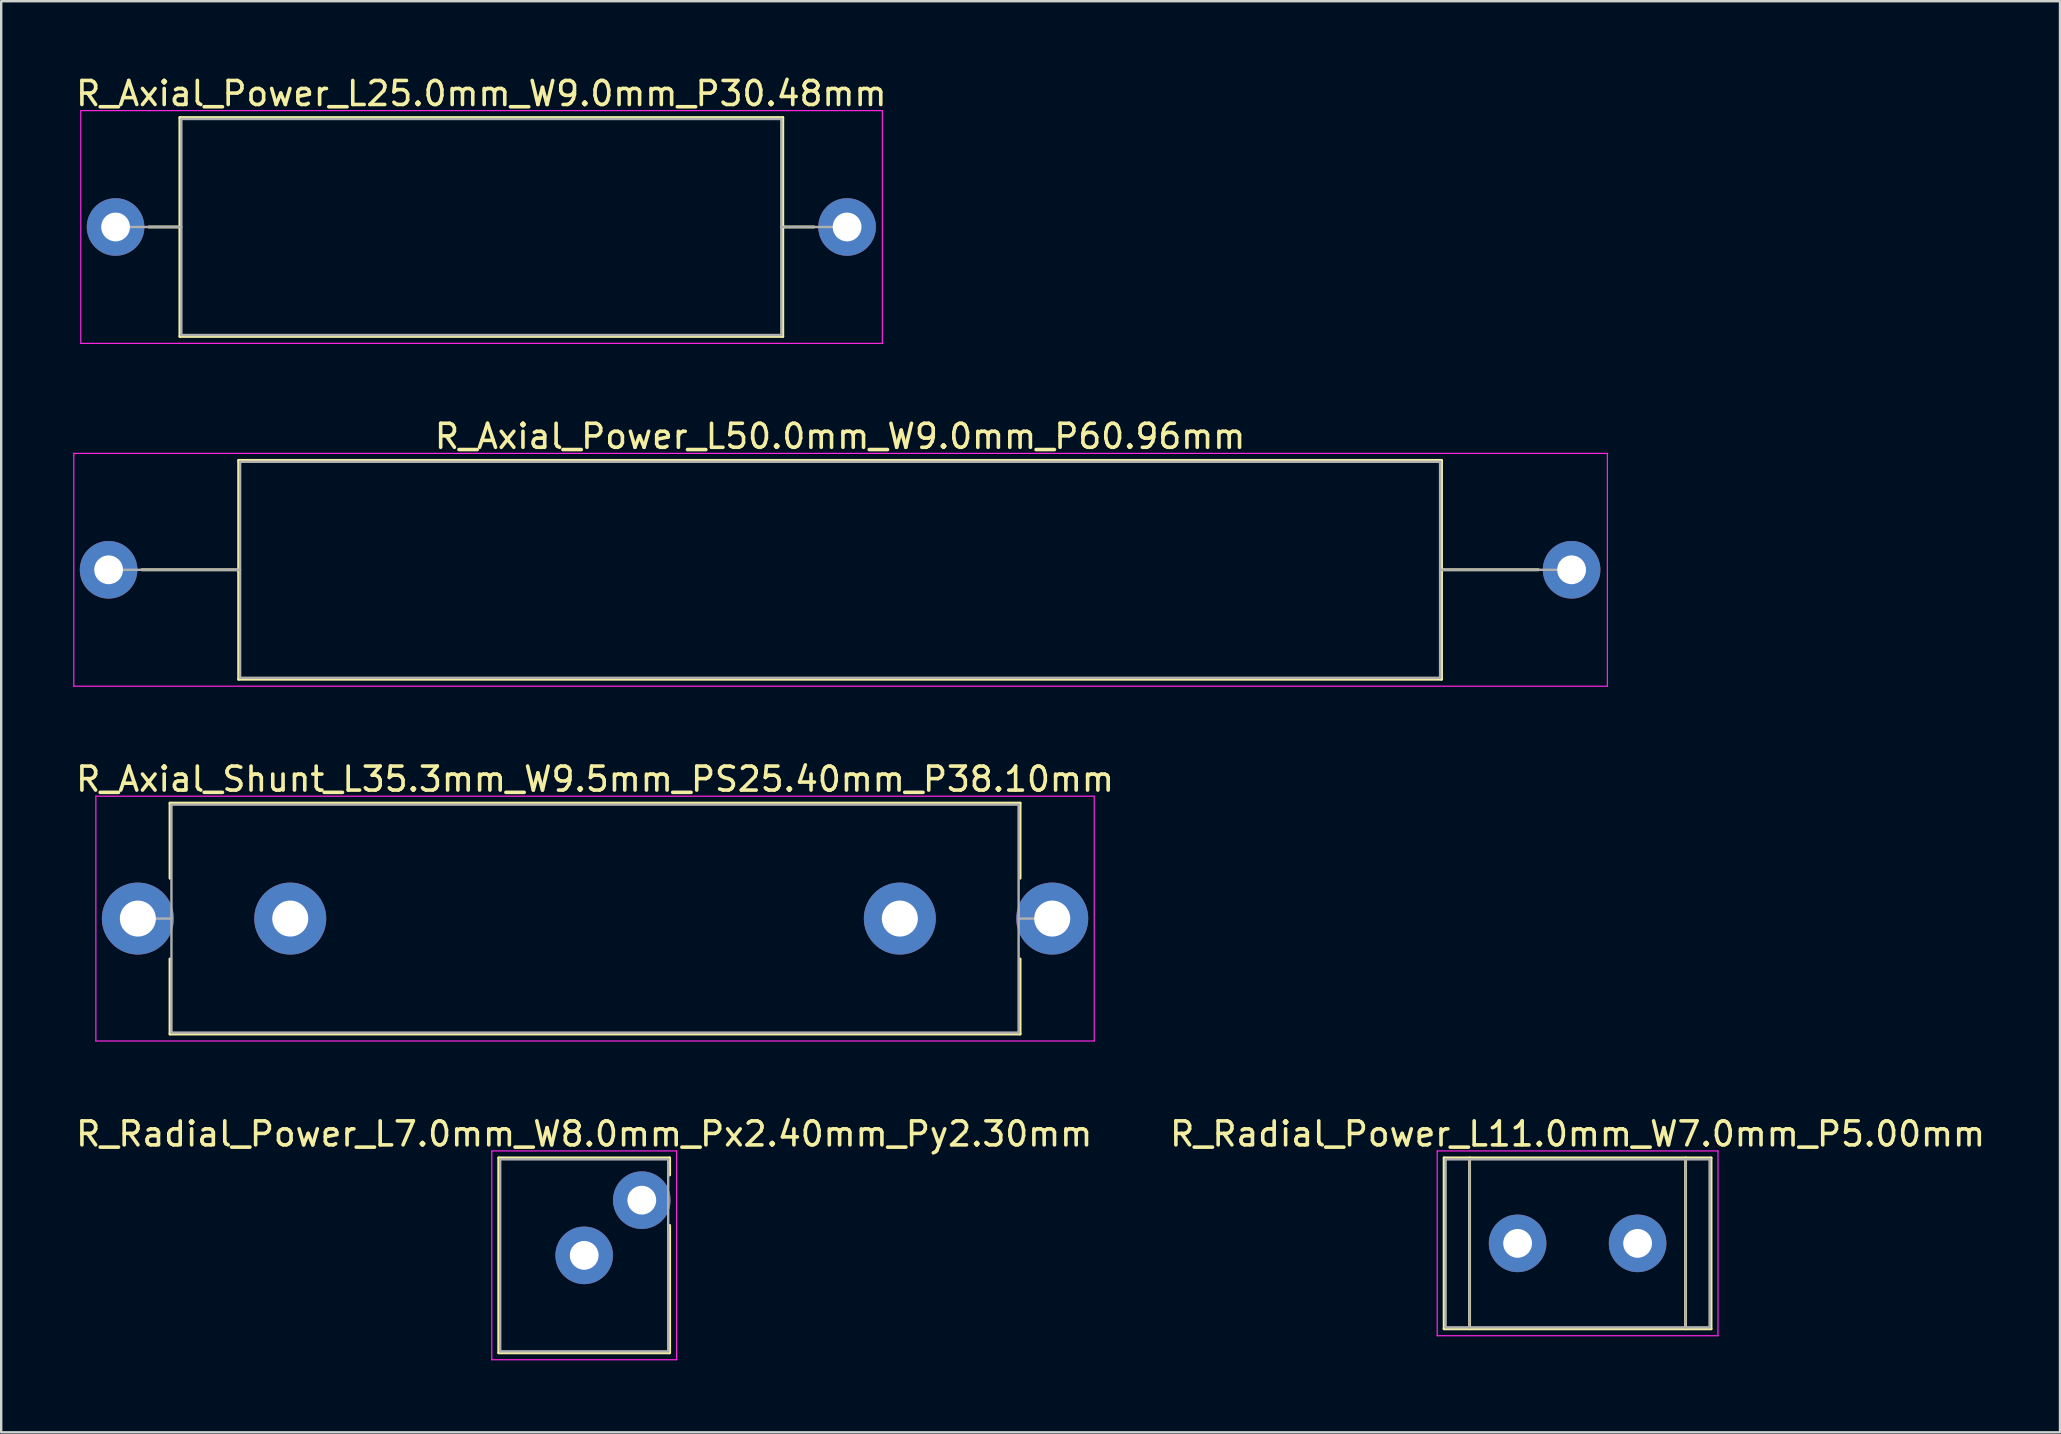
<source format=kicad_pcb>
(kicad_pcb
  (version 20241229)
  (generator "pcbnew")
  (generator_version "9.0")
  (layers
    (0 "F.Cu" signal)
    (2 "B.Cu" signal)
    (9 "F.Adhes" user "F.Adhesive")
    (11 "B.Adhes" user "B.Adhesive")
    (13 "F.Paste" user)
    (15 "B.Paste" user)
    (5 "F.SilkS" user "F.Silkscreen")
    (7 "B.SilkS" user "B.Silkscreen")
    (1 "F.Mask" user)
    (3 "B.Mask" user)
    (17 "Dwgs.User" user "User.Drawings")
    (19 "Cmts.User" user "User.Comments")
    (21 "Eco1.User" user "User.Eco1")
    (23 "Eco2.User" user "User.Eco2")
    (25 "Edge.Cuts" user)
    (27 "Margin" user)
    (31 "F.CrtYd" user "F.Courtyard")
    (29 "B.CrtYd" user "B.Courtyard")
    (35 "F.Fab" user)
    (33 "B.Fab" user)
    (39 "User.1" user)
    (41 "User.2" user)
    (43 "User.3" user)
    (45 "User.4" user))
  (footprint "R_Radial_Power_L7.0mm_W8.0mm_Px2.40mm_Py2.30mm"
    (layer "F.Cu")
    (at 21.292 49.258)
    (property "Reference" "R_Radial_Power_L7.0mm_W8.0mm_Px2.40mm_Py2.30mm" (at 0 -5.06 0) (layer "F.SilkS") (effects (font (size 1 1) (thickness 0.15))))
    (attr through_hole)
    (fp_line (start -3.56 -4.06) (end -3.56 4.06) (stroke (width 0.12) (type solid)) (layer "F.SilkS"))
    (fp_line (start -3.56 -4.06) (end 3.56 -4.06) (stroke (width 0.12) (type solid)) (layer "F.SilkS"))
    (fp_line (start -3.56 4.06) (end 3.56 4.06) (stroke (width 0.12) (type solid)) (layer "F.SilkS"))
    (fp_line (start 3.56 -4.06) (end 3.56 -3.35) (stroke (width 0.12) (type solid)) (layer "F.SilkS"))
    (fp_line (start 3.56 -1.25) (end 3.56 4.06) (stroke (width 0.12) (type solid)) (layer "F.SilkS"))
    (fp_line (start -3.85 -4.35) (end -3.85 4.35) (stroke (width 0.05) (type solid)) (layer "F.CrtYd"))
    (fp_line (start -3.85 4.35) (end 3.85 4.35) (stroke (width 0.05) (type solid)) (layer "F.CrtYd"))
    (fp_line (start 3.85 -4.35) (end -3.85 -4.35) (stroke (width 0.05) (type solid)) (layer "F.CrtYd"))
    (fp_line (start 3.85 4.35) (end 3.85 -4.35) (stroke (width 0.05) (type solid)) (layer "F.CrtYd"))
    (fp_line (start -3.5 -4) (end -3.5 4) (stroke (width 0.1) (type solid)) (layer "F.Fab"))
    (fp_line (start -3.5 4) (end 3.5 4) (stroke (width 0.1) (type solid)) (layer "F.Fab"))
    (fp_line (start 3.5 -4) (end -3.5 -4) (stroke (width 0.1) (type solid)) (layer "F.Fab"))
    (fp_line (start 3.5 4) (end 3.5 -4) (stroke (width 0.1) (type solid)) (layer "F.Fab"))
    (pad "1" thru_hole circle (at 0 0) (size 2.4 2.4) (drill 1.2) (layers "*.Cu" "*.Mask"))
    (pad "2" thru_hole circle (at 2.4 -2.3) (size 2.4 2.4) (drill 1.2) (layers "*.Cu" "*.Mask")))
  (footprint "R_Radial_Power_L11.0mm_W7.0mm_P5.00mm"
    (layer "F.Cu")
    (at 60.185 48.758)
    (property "Reference" "R_Radial_Power_L11.0mm_W7.0mm_P5.00mm" (at 2.5 -4.56 0) (layer "F.SilkS") (effects (font (size 1 1) (thickness 0.15))))
    (attr through_hole)
    (fp_line (start -3.06 -3.56) (end -3.06 3.56) (stroke (width 0.12) (type solid)) (layer "F.SilkS"))
    (fp_line (start -3.06 -3.56) (end 8.06 -3.56) (stroke (width 0.12) (type solid)) (layer "F.SilkS"))
    (fp_line (start -3.06 3.56) (end 8.06 3.56) (stroke (width 0.12) (type solid)) (layer "F.SilkS"))
    (fp_line (start -2 -3.56) (end -2 3.56) (stroke (width 0.12) (type solid)) (layer "F.SilkS"))
    (fp_line (start 7 -3.56) (end 7 3.56) (stroke (width 0.12) (type solid)) (layer "F.SilkS"))
    (fp_line (start 8.06 -3.56) (end 8.06 3.56) (stroke (width 0.12) (type solid)) (layer "F.SilkS"))
    (fp_line (start -3.35 -3.85) (end -3.35 3.85) (stroke (width 0.05) (type solid)) (layer "F.CrtYd"))
    (fp_line (start -3.35 3.85) (end 8.35 3.85) (stroke (width 0.05) (type solid)) (layer "F.CrtYd"))
    (fp_line (start 8.35 -3.85) (end -3.35 -3.85) (stroke (width 0.05) (type solid)) (layer "F.CrtYd"))
    (fp_line (start 8.35 3.85) (end 8.35 -3.85) (stroke (width 0.05) (type solid)) (layer "F.CrtYd"))
    (fp_line (start -3 -3.5) (end -3 3.5) (stroke (width 0.1) (type solid)) (layer "F.Fab"))
    (fp_line (start -3 3.5) (end 8 3.5) (stroke (width 0.1) (type solid)) (layer "F.Fab"))
    (fp_line (start -2 -3.5) (end -2 3.5) (stroke (width 0.1) (type solid)) (layer "F.Fab"))
    (fp_line (start 7 -3.5) (end 7 3.5) (stroke (width 0.1) (type solid)) (layer "F.Fab"))
    (fp_line (start 8 -3.5) (end -3 -3.5) (stroke (width 0.1) (type solid)) (layer "F.Fab"))
    (fp_line (start 8 3.5) (end 8 -3.5) (stroke (width 0.1) (type solid)) (layer "F.Fab"))
    (pad "1" thru_hole circle (at 0 0) (size 2.4 2.4) (drill 1.2) (layers "*.Cu" "*.Mask"))
    (pad "2" thru_hole circle (at 5 0) (size 2.4 2.4) (drill 1.2) (layers "*.Cu" "*.Mask")))
  (footprint "R_Axial_Power_L25.0mm_W9.0mm_P30.48mm"
    (layer "F.Cu")
    (at 1.766 6.408)
    (property "Reference" "R_Axial_Power_L25.0mm_W9.0mm_P30.48mm" (at 15.24 -5.56 0) (layer "F.SilkS") (effects (font (size 1 1) (thickness 0.15))))
    (attr through_hole)
    (fp_line (start 1.38 0) (end 2.68 0) (stroke (width 0.12) (type solid)) (layer "F.SilkS"))
    (fp_line (start 2.68 -4.56) (end 2.68 4.56) (stroke (width 0.12) (type solid)) (layer "F.SilkS"))
    (fp_line (start 2.68 4.56) (end 27.8 4.56) (stroke (width 0.12) (type solid)) (layer "F.SilkS"))
    (fp_line (start 27.8 -4.56) (end 2.68 -4.56) (stroke (width 0.12) (type solid)) (layer "F.SilkS"))
    (fp_line (start 27.8 4.56) (end 27.8 -4.56) (stroke (width 0.12) (type solid)) (layer "F.SilkS"))
    (fp_line (start 29.1 0) (end 27.8 0) (stroke (width 0.12) (type solid)) (layer "F.SilkS"))
    (fp_line (start -1.45 -4.85) (end -1.45 4.85) (stroke (width 0.05) (type solid)) (layer "F.CrtYd"))
    (fp_line (start -1.45 4.85) (end 31.95 4.85) (stroke (width 0.05) (type solid)) (layer "F.CrtYd"))
    (fp_line (start 31.95 -4.85) (end -1.45 -4.85) (stroke (width 0.05) (type solid)) (layer "F.CrtYd"))
    (fp_line (start 31.95 4.85) (end 31.95 -4.85) (stroke (width 0.05) (type solid)) (layer "F.CrtYd"))
    (fp_line (start 0 0) (end 2.74 0) (stroke (width 0.1) (type solid)) (layer "F.Fab"))
    (fp_line (start 2.74 -4.5) (end 2.74 4.5) (stroke (width 0.1) (type solid)) (layer "F.Fab"))
    (fp_line (start 2.74 4.5) (end 27.74 4.5) (stroke (width 0.1) (type solid)) (layer "F.Fab"))
    (fp_line (start 27.74 -4.5) (end 2.74 -4.5) (stroke (width 0.1) (type solid)) (layer "F.Fab"))
    (fp_line (start 27.74 4.5) (end 27.74 -4.5) (stroke (width 0.1) (type solid)) (layer "F.Fab"))
    (fp_line (start 30.48 0) (end 27.74 0) (stroke (width 0.1) (type solid)) (layer "F.Fab"))
    (pad "1" thru_hole circle (at 0 0) (size 2.4 2.4) (drill 1.2) (layers "*.Cu" "*.Mask"))
    (pad "2" thru_hole oval (at 30.48 0) (size 2.4 2.4) (drill 1.2) (layers "*.Cu" "*.Mask")))
  (footprint "R_Axial_Shunt_L35.3mm_W9.5mm_PS25.40mm_P38.10mm"
    (layer "F.Cu")
    (at 2.694 35.225)
    (property "Reference" "R_Axial_Shunt_L35.3mm_W9.5mm_PS25.40mm_P38.10mm" (at 19.05 -5.81 0) (layer "F.SilkS") (effects (font (size 1 1) (thickness 0.15))))
    (attr through_hole)
    (fp_line (start 1.34 -4.81) (end 36.76 -4.81) (stroke (width 0.12) (type solid)) (layer "F.SilkS"))
    (fp_line (start 1.34 -1.68) (end 1.34 -4.81) (stroke (width 0.12) (type solid)) (layer "F.SilkS"))
    (fp_line (start 1.34 1.68) (end 1.34 4.81) (stroke (width 0.12) (type solid)) (layer "F.SilkS"))
    (fp_line (start 1.34 4.81) (end 36.76 4.81) (stroke (width 0.12) (type solid)) (layer "F.SilkS"))
    (fp_line (start 36.76 -4.81) (end 36.76 -1.68) (stroke (width 0.12) (type solid)) (layer "F.SilkS"))
    (fp_line (start 36.76 4.81) (end 36.76 1.68) (stroke (width 0.12) (type solid)) (layer "F.SilkS"))
    (fp_line (start -1.75 -5.1) (end -1.75 5.1) (stroke (width 0.05) (type solid)) (layer "F.CrtYd"))
    (fp_line (start -1.75 5.1) (end 39.85 5.1) (stroke (width 0.05) (type solid)) (layer "F.CrtYd"))
    (fp_line (start 39.85 -5.1) (end -1.75 -5.1) (stroke (width 0.05) (type solid)) (layer "F.CrtYd"))
    (fp_line (start 39.85 5.1) (end 39.85 -5.1) (stroke (width 0.05) (type solid)) (layer "F.CrtYd"))
    (fp_line (start 0 0) (end 1.4 0) (stroke (width 0.1) (type solid)) (layer "F.Fab"))
    (fp_line (start 1.4 -4.75) (end 1.4 4.75) (stroke (width 0.1) (type solid)) (layer "F.Fab"))
    (fp_line (start 1.4 4.75) (end 36.7 4.75) (stroke (width 0.1) (type solid)) (layer "F.Fab"))
    (fp_line (start 36.7 -4.75) (end 1.4 -4.75) (stroke (width 0.1) (type solid)) (layer "F.Fab"))
    (fp_line (start 36.7 4.75) (end 36.7 -4.75) (stroke (width 0.1) (type solid)) (layer "F.Fab"))
    (fp_line (start 38.1 0) (end 36.7 0) (stroke (width 0.1) (type solid)) (layer "F.Fab"))
    (pad "1" thru_hole circle (at 0 0) (size 3 3) (drill 1.5) (layers "*.Cu" "*.Mask"))
    (pad "2" thru_hole oval (at 6.35 0) (size 3 3) (drill 1.5) (layers "*.Cu" "*.Mask"))
    (pad "3" thru_hole oval (at 31.75 0) (size 3 3) (drill 1.5) (layers "*.Cu" "*.Mask"))
    (pad "4" thru_hole oval (at 38.1 0) (size 3 3) (drill 1.5) (layers "*.Cu" "*.Mask")))
  (footprint "R_Axial_Power_L50.0mm_W9.0mm_P60.96mm"
    (layer "F.Cu")
    (at 1.475 20.692)
    (property "Reference" "R_Axial_Power_L50.0mm_W9.0mm_P60.96mm" (at 30.48 -5.56 0) (layer "F.SilkS") (effects (font (size 1 1) (thickness 0.15))))
    (attr through_hole)
    (fp_line (start 1.38 0) (end 5.42 0) (stroke (width 0.12) (type solid)) (layer "F.SilkS"))
    (fp_line (start 5.42 -4.56) (end 5.42 4.56) (stroke (width 0.12) (type solid)) (layer "F.SilkS"))
    (fp_line (start 5.42 4.56) (end 55.54 4.56) (stroke (width 0.12) (type solid)) (layer "F.SilkS"))
    (fp_line (start 55.54 -4.56) (end 5.42 -4.56) (stroke (width 0.12) (type solid)) (layer "F.SilkS"))
    (fp_line (start 55.54 4.56) (end 55.54 -4.56) (stroke (width 0.12) (type solid)) (layer "F.SilkS"))
    (fp_line (start 59.58 0) (end 55.54 0) (stroke (width 0.12) (type solid)) (layer "F.SilkS"))
    (fp_line (start -1.45 -4.85) (end -1.45 4.85) (stroke (width 0.05) (type solid)) (layer "F.CrtYd"))
    (fp_line (start -1.45 4.85) (end 62.45 4.85) (stroke (width 0.05) (type solid)) (layer "F.CrtYd"))
    (fp_line (start 62.45 -4.85) (end -1.45 -4.85) (stroke (width 0.05) (type solid)) (layer "F.CrtYd"))
    (fp_line (start 62.45 4.85) (end 62.45 -4.85) (stroke (width 0.05) (type solid)) (layer "F.CrtYd"))
    (fp_line (start 0 0) (end 5.48 0) (stroke (width 0.1) (type solid)) (layer "F.Fab"))
    (fp_line (start 5.48 -4.5) (end 5.48 4.5) (stroke (width 0.1) (type solid)) (layer "F.Fab"))
    (fp_line (start 5.48 4.5) (end 55.48 4.5) (stroke (width 0.1) (type solid)) (layer "F.Fab"))
    (fp_line (start 55.48 -4.5) (end 5.48 -4.5) (stroke (width 0.1) (type solid)) (layer "F.Fab"))
    (fp_line (start 55.48 4.5) (end 55.48 -4.5) (stroke (width 0.1) (type solid)) (layer "F.Fab"))
    (fp_line (start 60.96 0) (end 55.48 0) (stroke (width 0.1) (type solid)) (layer "F.Fab"))
    (pad "1" thru_hole circle (at 0 0) (size 2.4 2.4) (drill 1.2) (layers "*.Cu" "*.Mask"))
    (pad "2" thru_hole oval (at 60.96 0) (size 2.4 2.4) (drill 1.2) (layers "*.Cu" "*.Mask")))
  (gr_rect
    (start -3 -3)
    (end 82.786 56.633)
    (stroke (width 0.1) (type default))
    (fill no)
    (layer "Edge.Cuts")))
</source>
